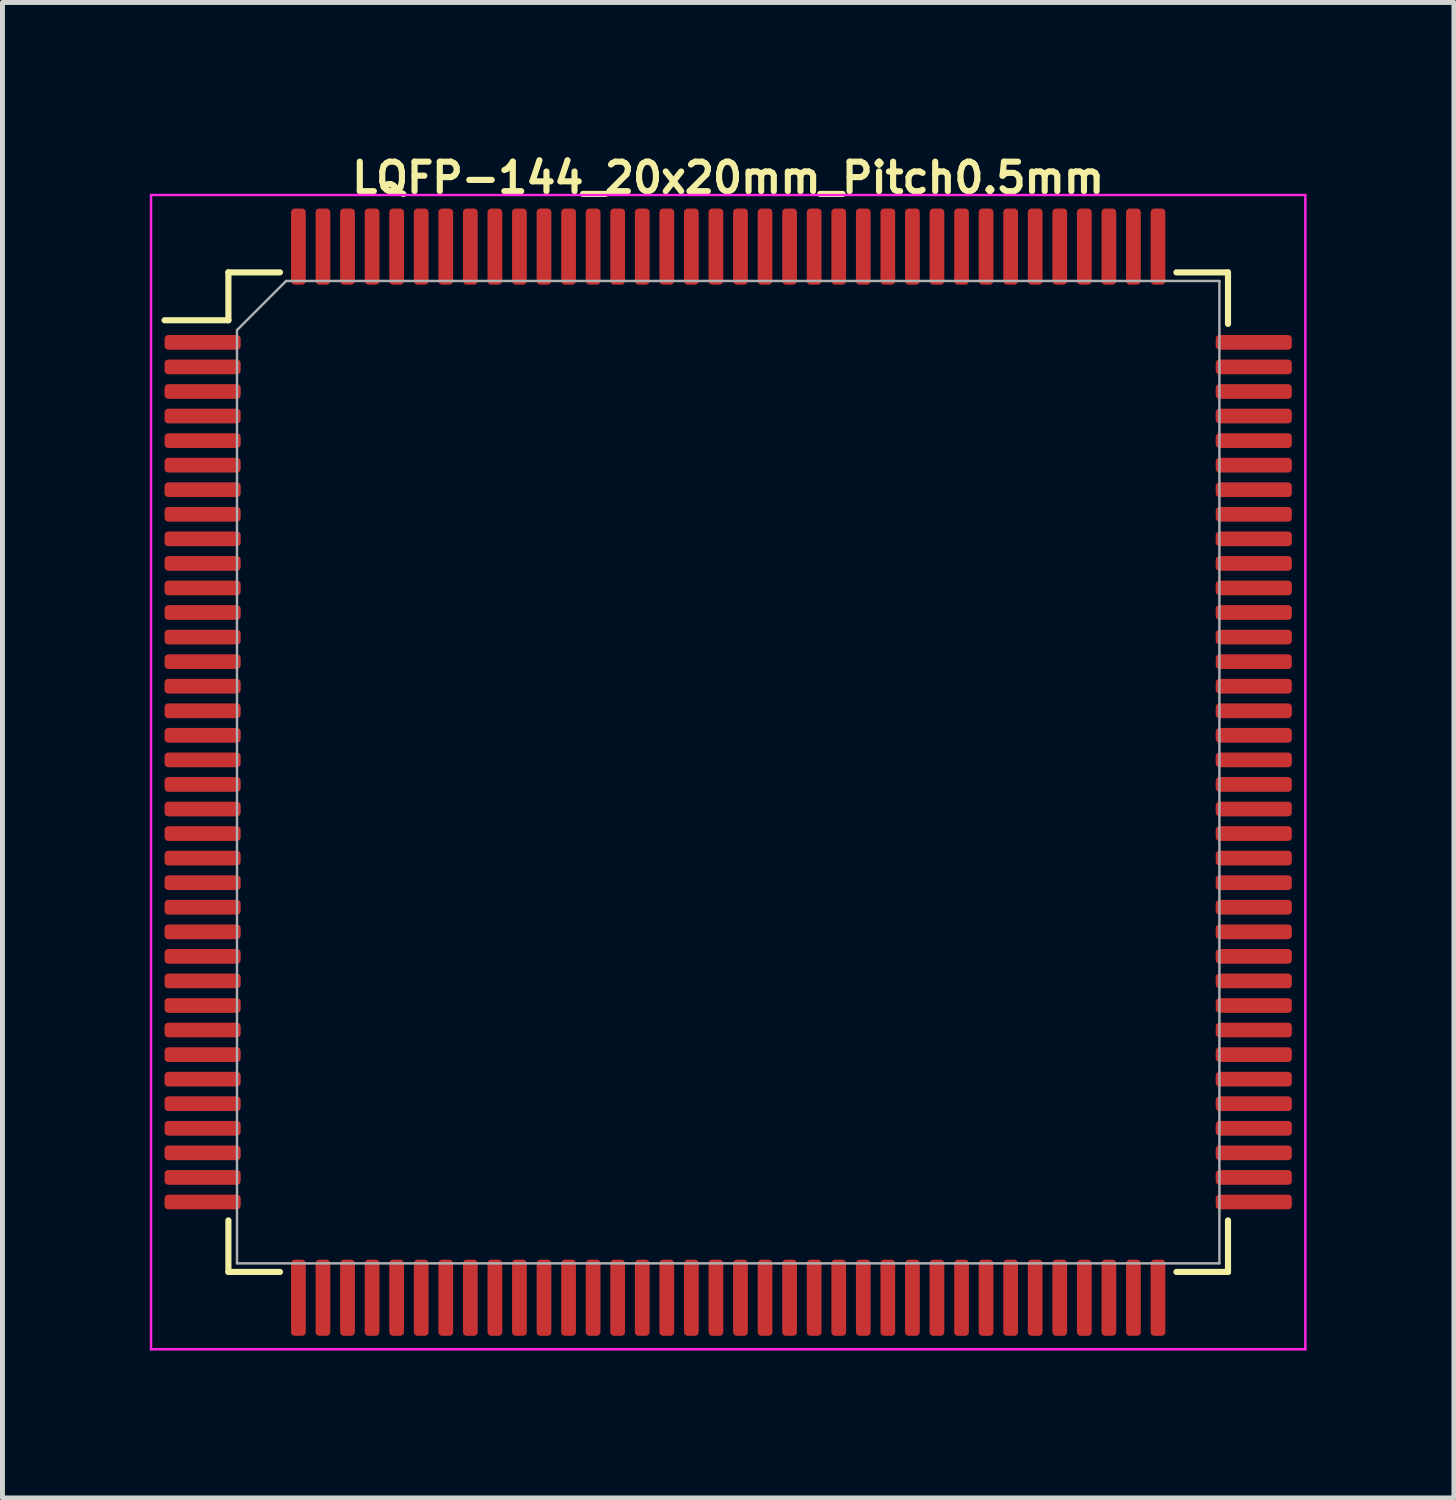
<source format=kicad_pcb>
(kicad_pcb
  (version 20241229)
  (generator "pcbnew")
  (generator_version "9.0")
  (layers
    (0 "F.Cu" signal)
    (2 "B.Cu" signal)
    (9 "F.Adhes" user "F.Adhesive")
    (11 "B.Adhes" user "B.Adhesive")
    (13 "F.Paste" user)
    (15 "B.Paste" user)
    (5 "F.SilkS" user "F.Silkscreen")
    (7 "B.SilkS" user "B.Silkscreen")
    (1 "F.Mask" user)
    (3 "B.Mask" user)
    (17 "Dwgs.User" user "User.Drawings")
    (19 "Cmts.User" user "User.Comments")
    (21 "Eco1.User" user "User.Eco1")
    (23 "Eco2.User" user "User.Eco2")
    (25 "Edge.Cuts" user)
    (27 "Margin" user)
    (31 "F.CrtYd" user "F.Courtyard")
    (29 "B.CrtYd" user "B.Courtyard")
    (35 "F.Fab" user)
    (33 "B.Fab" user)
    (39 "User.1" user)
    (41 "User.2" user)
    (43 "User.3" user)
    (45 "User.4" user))
  (footprint "LQFP-144_20x20mm_Pitch0.5mm"
    (layer "F.Cu")
    (at 11.775 12.67)
    (property "Reference" "LQFP-144_20x20mm_Pitch0.5mm" (at 0 -12.1 0) (layer "F.SilkS") (effects (font (size 0.6 0.6) (thickness 0.125))))
    (attr smd)
    (fp_line (start -10.175 -10.175) (end -10.175 -9.2) (stroke (width 0.125) (type solid)) (layer "F.SilkS"))
    (fp_line (start -10.175 -10.175) (end -9.125 -10.175) (stroke (width 0.125) (type solid)) (layer "F.SilkS"))
    (fp_line (start -10.175 -9.2) (end -11.475 -9.2) (stroke (width 0.125) (type solid)) (layer "F.SilkS"))
    (fp_line (start -10.175 10.175) (end -10.175 9.125) (stroke (width 0.125) (type solid)) (layer "F.SilkS"))
    (fp_line (start -10.175 10.175) (end -9.125 10.175) (stroke (width 0.125) (type solid)) (layer "F.SilkS"))
    (fp_line (start 10.175 -10.175) (end 9.125 -10.175) (stroke (width 0.125) (type solid)) (layer "F.SilkS"))
    (fp_line (start 10.175 -10.175) (end 10.175 -9.125) (stroke (width 0.125) (type solid)) (layer "F.SilkS"))
    (fp_line (start 10.175 10.175) (end 9.125 10.175) (stroke (width 0.125) (type solid)) (layer "F.SilkS"))
    (fp_line (start 10.175 10.175) (end 10.175 9.125) (stroke (width 0.125) (type solid)) (layer "F.SilkS"))
    (fp_line (start -11.75 -11.75) (end -11.75 11.75) (stroke (width 0.05) (type solid)) (layer "F.CrtYd"))
    (fp_line (start -11.75 -11.75) (end 11.75 -11.75) (stroke (width 0.05) (type solid)) (layer "F.CrtYd"))
    (fp_line (start -11.75 11.75) (end 11.75 11.75) (stroke (width 0.05) (type solid)) (layer "F.CrtYd"))
    (fp_line (start 11.75 -11.75) (end 11.75 11.75) (stroke (width 0.05) (type solid)) (layer "F.CrtYd"))
    (fp_line (start -10 -9) (end -9 -10) (stroke (width 0.05) (type solid)) (layer "F.Fab"))
    (fp_line (start -10 10) (end -10 -9) (stroke (width 0.05) (type solid)) (layer "F.Fab"))
    (fp_line (start -9 -10) (end 10 -10) (stroke (width 0.05) (type solid)) (layer "F.Fab"))
    (fp_line (start 10 -10) (end 10 10) (stroke (width 0.05) (type solid)) (layer "F.Fab"))
    (fp_line (start 10 10) (end -10 10) (stroke (width 0.05) (type solid)) (layer "F.Fab"))
    (pad "1" smd roundrect (at -10.7 -8.75) (size 1.55 0.3) (layers "F.Cu" "F.Mask" "F.Paste") (roundrect_rratio 0.25))
    (pad "2" smd roundrect (at -10.7 -8.25) (size 1.55 0.3) (layers "F.Cu" "F.Mask" "F.Paste") (roundrect_rratio 0.25))
    (pad "3" smd roundrect (at -10.7 -7.75) (size 1.55 0.3) (layers "F.Cu" "F.Mask" "F.Paste") (roundrect_rratio 0.25))
    (pad "4" smd roundrect (at -10.7 -7.25) (size 1.55 0.3) (layers "F.Cu" "F.Mask" "F.Paste") (roundrect_rratio 0.25))
    (pad "5" smd roundrect (at -10.7 -6.75) (size 1.55 0.3) (layers "F.Cu" "F.Mask" "F.Paste") (roundrect_rratio 0.25))
    (pad "6" smd roundrect (at -10.7 -6.25) (size 1.55 0.3) (layers "F.Cu" "F.Mask" "F.Paste") (roundrect_rratio 0.25))
    (pad "7" smd roundrect (at -10.7 -5.75) (size 1.55 0.3) (layers "F.Cu" "F.Mask" "F.Paste") (roundrect_rratio 0.25))
    (pad "8" smd roundrect (at -10.7 -5.25) (size 1.55 0.3) (layers "F.Cu" "F.Mask" "F.Paste") (roundrect_rratio 0.25))
    (pad "9" smd roundrect (at -10.7 -4.75) (size 1.55 0.3) (layers "F.Cu" "F.Mask" "F.Paste") (roundrect_rratio 0.25))
    (pad "10" smd roundrect (at -10.7 -4.25) (size 1.55 0.3) (layers "F.Cu" "F.Mask" "F.Paste") (roundrect_rratio 0.25))
    (pad "11" smd roundrect (at -10.7 -3.75) (size 1.55 0.3) (layers "F.Cu" "F.Mask" "F.Paste") (roundrect_rratio 0.25))
    (pad "12" smd roundrect (at -10.7 -3.25) (size 1.55 0.3) (layers "F.Cu" "F.Mask" "F.Paste") (roundrect_rratio 0.25))
    (pad "13" smd roundrect (at -10.7 -2.75) (size 1.55 0.3) (layers "F.Cu" "F.Mask" "F.Paste") (roundrect_rratio 0.25))
    (pad "14" smd roundrect (at -10.7 -2.25) (size 1.55 0.3) (layers "F.Cu" "F.Mask" "F.Paste") (roundrect_rratio 0.25))
    (pad "15" smd roundrect (at -10.7 -1.75) (size 1.55 0.3) (layers "F.Cu" "F.Mask" "F.Paste") (roundrect_rratio 0.25))
    (pad "16" smd roundrect (at -10.7 -1.25) (size 1.55 0.3) (layers "F.Cu" "F.Mask" "F.Paste") (roundrect_rratio 0.25))
    (pad "17" smd roundrect (at -10.7 -0.75) (size 1.55 0.3) (layers "F.Cu" "F.Mask" "F.Paste") (roundrect_rratio 0.25))
    (pad "18" smd roundrect (at -10.7 -0.25) (size 1.55 0.3) (layers "F.Cu" "F.Mask" "F.Paste") (roundrect_rratio 0.25))
    (pad "19" smd roundrect (at -10.7 0.25) (size 1.55 0.3) (layers "F.Cu" "F.Mask" "F.Paste") (roundrect_rratio 0.25))
    (pad "20" smd roundrect (at -10.7 0.75) (size 1.55 0.3) (layers "F.Cu" "F.Mask" "F.Paste") (roundrect_rratio 0.25))
    (pad "21" smd roundrect (at -10.7 1.25) (size 1.55 0.3) (layers "F.Cu" "F.Mask" "F.Paste") (roundrect_rratio 0.25))
    (pad "22" smd roundrect (at -10.7 1.75) (size 1.55 0.3) (layers "F.Cu" "F.Mask" "F.Paste") (roundrect_rratio 0.25))
    (pad "23" smd roundrect (at -10.7 2.25) (size 1.55 0.3) (layers "F.Cu" "F.Mask" "F.Paste") (roundrect_rratio 0.25))
    (pad "24" smd roundrect (at -10.7 2.75) (size 1.55 0.3) (layers "F.Cu" "F.Mask" "F.Paste") (roundrect_rratio 0.25))
    (pad "25" smd roundrect (at -10.7 3.25) (size 1.55 0.3) (layers "F.Cu" "F.Mask" "F.Paste") (roundrect_rratio 0.25))
    (pad "26" smd roundrect (at -10.7 3.75) (size 1.55 0.3) (layers "F.Cu" "F.Mask" "F.Paste") (roundrect_rratio 0.25))
    (pad "27" smd roundrect (at -10.7 4.25) (size 1.55 0.3) (layers "F.Cu" "F.Mask" "F.Paste") (roundrect_rratio 0.25))
    (pad "28" smd roundrect (at -10.7 4.75) (size 1.55 0.3) (layers "F.Cu" "F.Mask" "F.Paste") (roundrect_rratio 0.25))
    (pad "29" smd roundrect (at -10.7 5.25) (size 1.55 0.3) (layers "F.Cu" "F.Mask" "F.Paste") (roundrect_rratio 0.25))
    (pad "30" smd roundrect (at -10.7 5.75) (size 1.55 0.3) (layers "F.Cu" "F.Mask" "F.Paste") (roundrect_rratio 0.25))
    (pad "31" smd roundrect (at -10.7 6.25) (size 1.55 0.3) (layers "F.Cu" "F.Mask" "F.Paste") (roundrect_rratio 0.25))
    (pad "32" smd roundrect (at -10.7 6.75) (size 1.55 0.3) (layers "F.Cu" "F.Mask" "F.Paste") (roundrect_rratio 0.25))
    (pad "33" smd roundrect (at -10.7 7.25) (size 1.55 0.3) (layers "F.Cu" "F.Mask" "F.Paste") (roundrect_rratio 0.25))
    (pad "34" smd roundrect (at -10.7 7.75) (size 1.55 0.3) (layers "F.Cu" "F.Mask" "F.Paste") (roundrect_rratio 0.25))
    (pad "35" smd roundrect (at -10.7 8.25) (size 1.55 0.3) (layers "F.Cu" "F.Mask" "F.Paste") (roundrect_rratio 0.25))
    (pad "36" smd roundrect (at -10.7 8.75) (size 1.55 0.3) (layers "F.Cu" "F.Mask" "F.Paste") (roundrect_rratio 0.25))
    (pad "37" smd roundrect (at -8.75 10.7 90) (size 1.55 0.3) (layers "F.Cu" "F.Mask" "F.Paste") (roundrect_rratio 0.25))
    (pad "38" smd roundrect (at -8.25 10.7 90) (size 1.55 0.3) (layers "F.Cu" "F.Mask" "F.Paste") (roundrect_rratio 0.25))
    (pad "39" smd roundrect (at -7.75 10.7 90) (size 1.55 0.3) (layers "F.Cu" "F.Mask" "F.Paste") (roundrect_rratio 0.25))
    (pad "40" smd roundrect (at -7.25 10.7 90) (size 1.55 0.3) (layers "F.Cu" "F.Mask" "F.Paste") (roundrect_rratio 0.25))
    (pad "41" smd roundrect (at -6.75 10.7 90) (size 1.55 0.3) (layers "F.Cu" "F.Mask" "F.Paste") (roundrect_rratio 0.25))
    (pad "42" smd roundrect (at -6.25 10.7 90) (size 1.55 0.3) (layers "F.Cu" "F.Mask" "F.Paste") (roundrect_rratio 0.25))
    (pad "43" smd roundrect (at -5.75 10.7 90) (size 1.55 0.3) (layers "F.Cu" "F.Mask" "F.Paste") (roundrect_rratio 0.25))
    (pad "44" smd roundrect (at -5.25 10.7 90) (size 1.55 0.3) (layers "F.Cu" "F.Mask" "F.Paste") (roundrect_rratio 0.25))
    (pad "45" smd roundrect (at -4.75 10.7 90) (size 1.55 0.3) (layers "F.Cu" "F.Mask" "F.Paste") (roundrect_rratio 0.25))
    (pad "46" smd roundrect (at -4.25 10.7 90) (size 1.55 0.3) (layers "F.Cu" "F.Mask" "F.Paste") (roundrect_rratio 0.25))
    (pad "47" smd roundrect (at -3.75 10.7 90) (size 1.55 0.3) (layers "F.Cu" "F.Mask" "F.Paste") (roundrect_rratio 0.25))
    (pad "48" smd roundrect (at -3.25 10.7 90) (size 1.55 0.3) (layers "F.Cu" "F.Mask" "F.Paste") (roundrect_rratio 0.25))
    (pad "49" smd roundrect (at -2.75 10.7 90) (size 1.55 0.3) (layers "F.Cu" "F.Mask" "F.Paste") (roundrect_rratio 0.25))
    (pad "50" smd roundrect (at -2.25 10.7 90) (size 1.55 0.3) (layers "F.Cu" "F.Mask" "F.Paste") (roundrect_rratio 0.25))
    (pad "51" smd roundrect (at -1.75 10.7 90) (size 1.55 0.3) (layers "F.Cu" "F.Mask" "F.Paste") (roundrect_rratio 0.25))
    (pad "52" smd roundrect (at -1.25 10.7 90) (size 1.55 0.3) (layers "F.Cu" "F.Mask" "F.Paste") (roundrect_rratio 0.25))
    (pad "53" smd roundrect (at -0.75 10.7 90) (size 1.55 0.3) (layers "F.Cu" "F.Mask" "F.Paste") (roundrect_rratio 0.25))
    (pad "54" smd roundrect (at -0.25 10.7 90) (size 1.55 0.3) (layers "F.Cu" "F.Mask" "F.Paste") (roundrect_rratio 0.25))
    (pad "55" smd roundrect (at 0.25 10.7 90) (size 1.55 0.3) (layers "F.Cu" "F.Mask" "F.Paste") (roundrect_rratio 0.25))
    (pad "56" smd roundrect (at 0.75 10.7 90) (size 1.55 0.3) (layers "F.Cu" "F.Mask" "F.Paste") (roundrect_rratio 0.25))
    (pad "57" smd roundrect (at 1.25 10.7 90) (size 1.55 0.3) (layers "F.Cu" "F.Mask" "F.Paste") (roundrect_rratio 0.25))
    (pad "58" smd roundrect (at 1.75 10.7 90) (size 1.55 0.3) (layers "F.Cu" "F.Mask" "F.Paste") (roundrect_rratio 0.25))
    (pad "59" smd roundrect (at 2.25 10.7 90) (size 1.55 0.3) (layers "F.Cu" "F.Mask" "F.Paste") (roundrect_rratio 0.25))
    (pad "60" smd roundrect (at 2.75 10.7 90) (size 1.55 0.3) (layers "F.Cu" "F.Mask" "F.Paste") (roundrect_rratio 0.25))
    (pad "61" smd roundrect (at 3.25 10.7 90) (size 1.55 0.3) (layers "F.Cu" "F.Mask" "F.Paste") (roundrect_rratio 0.25))
    (pad "62" smd roundrect (at 3.75 10.7 90) (size 1.55 0.3) (layers "F.Cu" "F.Mask" "F.Paste") (roundrect_rratio 0.25))
    (pad "63" smd roundrect (at 4.25 10.7 90) (size 1.55 0.3) (layers "F.Cu" "F.Mask" "F.Paste") (roundrect_rratio 0.25))
    (pad "64" smd roundrect (at 4.75 10.7 90) (size 1.55 0.3) (layers "F.Cu" "F.Mask" "F.Paste") (roundrect_rratio 0.25))
    (pad "65" smd roundrect (at 5.25 10.7 90) (size 1.55 0.3) (layers "F.Cu" "F.Mask" "F.Paste") (roundrect_rratio 0.25))
    (pad "66" smd roundrect (at 5.75 10.7 90) (size 1.55 0.3) (layers "F.Cu" "F.Mask" "F.Paste") (roundrect_rratio 0.25))
    (pad "67" smd roundrect (at 6.25 10.7 90) (size 1.55 0.3) (layers "F.Cu" "F.Mask" "F.Paste") (roundrect_rratio 0.25))
    (pad "68" smd roundrect (at 6.75 10.7 90) (size 1.55 0.3) (layers "F.Cu" "F.Mask" "F.Paste") (roundrect_rratio 0.25))
    (pad "69" smd roundrect (at 7.25 10.7 90) (size 1.55 0.3) (layers "F.Cu" "F.Mask" "F.Paste") (roundrect_rratio 0.25))
    (pad "70" smd roundrect (at 7.75 10.7 90) (size 1.55 0.3) (layers "F.Cu" "F.Mask" "F.Paste") (roundrect_rratio 0.25))
    (pad "71" smd roundrect (at 8.25 10.7 90) (size 1.55 0.3) (layers "F.Cu" "F.Mask" "F.Paste") (roundrect_rratio 0.25))
    (pad "72" smd roundrect (at 8.75 10.7 90) (size 1.55 0.3) (layers "F.Cu" "F.Mask" "F.Paste") (roundrect_rratio 0.25))
    (pad "73" smd roundrect (at 10.7 8.75) (size 1.55 0.3) (layers "F.Cu" "F.Mask" "F.Paste") (roundrect_rratio 0.25))
    (pad "74" smd roundrect (at 10.7 8.25) (size 1.55 0.3) (layers "F.Cu" "F.Mask" "F.Paste") (roundrect_rratio 0.25))
    (pad "75" smd roundrect (at 10.7 7.75) (size 1.55 0.3) (layers "F.Cu" "F.Mask" "F.Paste") (roundrect_rratio 0.25))
    (pad "76" smd roundrect (at 10.7 7.25) (size 1.55 0.3) (layers "F.Cu" "F.Mask" "F.Paste") (roundrect_rratio 0.25))
    (pad "77" smd roundrect (at 10.7 6.75) (size 1.55 0.3) (layers "F.Cu" "F.Mask" "F.Paste") (roundrect_rratio 0.25))
    (pad "78" smd roundrect (at 10.7 6.25) (size 1.55 0.3) (layers "F.Cu" "F.Mask" "F.Paste") (roundrect_rratio 0.25))
    (pad "79" smd roundrect (at 10.7 5.75) (size 1.55 0.3) (layers "F.Cu" "F.Mask" "F.Paste") (roundrect_rratio 0.25))
    (pad "80" smd roundrect (at 10.7 5.25) (size 1.55 0.3) (layers "F.Cu" "F.Mask" "F.Paste") (roundrect_rratio 0.25))
    (pad "81" smd roundrect (at 10.7 4.75) (size 1.55 0.3) (layers "F.Cu" "F.Mask" "F.Paste") (roundrect_rratio 0.25))
    (pad "82" smd roundrect (at 10.7 4.25) (size 1.55 0.3) (layers "F.Cu" "F.Mask" "F.Paste") (roundrect_rratio 0.25))
    (pad "83" smd roundrect (at 10.7 3.75) (size 1.55 0.3) (layers "F.Cu" "F.Mask" "F.Paste") (roundrect_rratio 0.25))
    (pad "84" smd roundrect (at 10.7 3.25) (size 1.55 0.3) (layers "F.Cu" "F.Mask" "F.Paste") (roundrect_rratio 0.25))
    (pad "85" smd roundrect (at 10.7 2.75) (size 1.55 0.3) (layers "F.Cu" "F.Mask" "F.Paste") (roundrect_rratio 0.25))
    (pad "86" smd roundrect (at 10.7 2.25) (size 1.55 0.3) (layers "F.Cu" "F.Mask" "F.Paste") (roundrect_rratio 0.25))
    (pad "87" smd roundrect (at 10.7 1.75) (size 1.55 0.3) (layers "F.Cu" "F.Mask" "F.Paste") (roundrect_rratio 0.25))
    (pad "88" smd roundrect (at 10.7 1.25) (size 1.55 0.3) (layers "F.Cu" "F.Mask" "F.Paste") (roundrect_rratio 0.25))
    (pad "89" smd roundrect (at 10.7 0.75) (size 1.55 0.3) (layers "F.Cu" "F.Mask" "F.Paste") (roundrect_rratio 0.25))
    (pad "90" smd roundrect (at 10.7 0.25) (size 1.55 0.3) (layers "F.Cu" "F.Mask" "F.Paste") (roundrect_rratio 0.25))
    (pad "91" smd roundrect (at 10.7 -0.25) (size 1.55 0.3) (layers "F.Cu" "F.Mask" "F.Paste") (roundrect_rratio 0.25))
    (pad "92" smd roundrect (at 10.7 -0.75) (size 1.55 0.3) (layers "F.Cu" "F.Mask" "F.Paste") (roundrect_rratio 0.25))
    (pad "93" smd roundrect (at 10.7 -1.25) (size 1.55 0.3) (layers "F.Cu" "F.Mask" "F.Paste") (roundrect_rratio 0.25))
    (pad "94" smd roundrect (at 10.7 -1.75) (size 1.55 0.3) (layers "F.Cu" "F.Mask" "F.Paste") (roundrect_rratio 0.25))
    (pad "95" smd roundrect (at 10.7 -2.25) (size 1.55 0.3) (layers "F.Cu" "F.Mask" "F.Paste") (roundrect_rratio 0.25))
    (pad "96" smd roundrect (at 10.7 -2.75) (size 1.55 0.3) (layers "F.Cu" "F.Mask" "F.Paste") (roundrect_rratio 0.25))
    (pad "97" smd roundrect (at 10.7 -3.25) (size 1.55 0.3) (layers "F.Cu" "F.Mask" "F.Paste") (roundrect_rratio 0.25))
    (pad "98" smd roundrect (at 10.7 -3.75) (size 1.55 0.3) (layers "F.Cu" "F.Mask" "F.Paste") (roundrect_rratio 0.25))
    (pad "99" smd roundrect (at 10.7 -4.25) (size 1.55 0.3) (layers "F.Cu" "F.Mask" "F.Paste") (roundrect_rratio 0.25))
    (pad "100" smd roundrect (at 10.7 -4.75) (size 1.55 0.3) (layers "F.Cu" "F.Mask" "F.Paste") (roundrect_rratio 0.25))
    (pad "101" smd roundrect (at 10.7 -5.25) (size 1.55 0.3) (layers "F.Cu" "F.Mask" "F.Paste") (roundrect_rratio 0.25))
    (pad "102" smd roundrect (at 10.7 -5.75) (size 1.55 0.3) (layers "F.Cu" "F.Mask" "F.Paste") (roundrect_rratio 0.25))
    (pad "103" smd roundrect (at 10.7 -6.25) (size 1.55 0.3) (layers "F.Cu" "F.Mask" "F.Paste") (roundrect_rratio 0.25))
    (pad "104" smd roundrect (at 10.7 -6.75) (size 1.55 0.3) (layers "F.Cu" "F.Mask" "F.Paste") (roundrect_rratio 0.25))
    (pad "105" smd roundrect (at 10.7 -7.25) (size 1.55 0.3) (layers "F.Cu" "F.Mask" "F.Paste") (roundrect_rratio 0.25))
    (pad "106" smd roundrect (at 10.7 -7.75) (size 1.55 0.3) (layers "F.Cu" "F.Mask" "F.Paste") (roundrect_rratio 0.25))
    (pad "107" smd roundrect (at 10.7 -8.25) (size 1.55 0.3) (layers "F.Cu" "F.Mask" "F.Paste") (roundrect_rratio 0.25))
    (pad "108" smd roundrect (at 10.7 -8.75) (size 1.55 0.3) (layers "F.Cu" "F.Mask" "F.Paste") (roundrect_rratio 0.25))
    (pad "109" smd roundrect (at 8.75 -10.7 90) (size 1.55 0.3) (layers "F.Cu" "F.Mask" "F.Paste") (roundrect_rratio 0.25))
    (pad "110" smd roundrect (at 8.25 -10.7 90) (size 1.55 0.3) (layers "F.Cu" "F.Mask" "F.Paste") (roundrect_rratio 0.25))
    (pad "111" smd roundrect (at 7.75 -10.7 90) (size 1.55 0.3) (layers "F.Cu" "F.Mask" "F.Paste") (roundrect_rratio 0.25))
    (pad "112" smd roundrect (at 7.25 -10.7 90) (size 1.55 0.3) (layers "F.Cu" "F.Mask" "F.Paste") (roundrect_rratio 0.25))
    (pad "113" smd roundrect (at 6.75 -10.7 90) (size 1.55 0.3) (layers "F.Cu" "F.Mask" "F.Paste") (roundrect_rratio 0.25))
    (pad "114" smd roundrect (at 6.25 -10.7 90) (size 1.55 0.3) (layers "F.Cu" "F.Mask" "F.Paste") (roundrect_rratio 0.25))
    (pad "115" smd roundrect (at 5.75 -10.7 90) (size 1.55 0.3) (layers "F.Cu" "F.Mask" "F.Paste") (roundrect_rratio 0.25))
    (pad "116" smd roundrect (at 5.25 -10.7 90) (size 1.55 0.3) (layers "F.Cu" "F.Mask" "F.Paste") (roundrect_rratio 0.25))
    (pad "117" smd roundrect (at 4.75 -10.7 90) (size 1.55 0.3) (layers "F.Cu" "F.Mask" "F.Paste") (roundrect_rratio 0.25))
    (pad "118" smd roundrect (at 4.25 -10.7 90) (size 1.55 0.3) (layers "F.Cu" "F.Mask" "F.Paste") (roundrect_rratio 0.25))
    (pad "119" smd roundrect (at 3.75 -10.7 90) (size 1.55 0.3) (layers "F.Cu" "F.Mask" "F.Paste") (roundrect_rratio 0.25))
    (pad "120" smd roundrect (at 3.25 -10.7 90) (size 1.55 0.3) (layers "F.Cu" "F.Mask" "F.Paste") (roundrect_rratio 0.25))
    (pad "121" smd roundrect (at 2.75 -10.7 90) (size 1.55 0.3) (layers "F.Cu" "F.Mask" "F.Paste") (roundrect_rratio 0.25))
    (pad "122" smd roundrect (at 2.25 -10.7 90) (size 1.55 0.3) (layers "F.Cu" "F.Mask" "F.Paste") (roundrect_rratio 0.25))
    (pad "123" smd roundrect (at 1.75 -10.7 90) (size 1.55 0.3) (layers "F.Cu" "F.Mask" "F.Paste") (roundrect_rratio 0.25))
    (pad "124" smd roundrect (at 1.25 -10.7 90) (size 1.55 0.3) (layers "F.Cu" "F.Mask" "F.Paste") (roundrect_rratio 0.25))
    (pad "125" smd roundrect (at 0.75 -10.7 90) (size 1.55 0.3) (layers "F.Cu" "F.Mask" "F.Paste") (roundrect_rratio 0.25))
    (pad "126" smd roundrect (at 0.25 -10.7 90) (size 1.55 0.3) (layers "F.Cu" "F.Mask" "F.Paste") (roundrect_rratio 0.25))
    (pad "127" smd roundrect (at -0.25 -10.7 90) (size 1.55 0.3) (layers "F.Cu" "F.Mask" "F.Paste") (roundrect_rratio 0.25))
    (pad "128" smd roundrect (at -0.75 -10.7 90) (size 1.55 0.3) (layers "F.Cu" "F.Mask" "F.Paste") (roundrect_rratio 0.25))
    (pad "129" smd roundrect (at -1.25 -10.7 90) (size 1.55 0.3) (layers "F.Cu" "F.Mask" "F.Paste") (roundrect_rratio 0.25))
    (pad "130" smd roundrect (at -1.75 -10.7 90) (size 1.55 0.3) (layers "F.Cu" "F.Mask" "F.Paste") (roundrect_rratio 0.25))
    (pad "131" smd roundrect (at -2.25 -10.7 90) (size 1.55 0.3) (layers "F.Cu" "F.Mask" "F.Paste") (roundrect_rratio 0.25))
    (pad "132" smd roundrect (at -2.75 -10.7 90) (size 1.55 0.3) (layers "F.Cu" "F.Mask" "F.Paste") (roundrect_rratio 0.25))
    (pad "133" smd roundrect (at -3.25 -10.7 90) (size 1.55 0.3) (layers "F.Cu" "F.Mask" "F.Paste") (roundrect_rratio 0.25))
    (pad "134" smd roundrect (at -3.75 -10.7 90) (size 1.55 0.3) (layers "F.Cu" "F.Mask" "F.Paste") (roundrect_rratio 0.25))
    (pad "135" smd roundrect (at -4.25 -10.7 90) (size 1.55 0.3) (layers "F.Cu" "F.Mask" "F.Paste") (roundrect_rratio 0.25))
    (pad "136" smd roundrect (at -4.75 -10.7 90) (size 1.55 0.3) (layers "F.Cu" "F.Mask" "F.Paste") (roundrect_rratio 0.25))
    (pad "137" smd roundrect (at -5.25 -10.7 90) (size 1.55 0.3) (layers "F.Cu" "F.Mask" "F.Paste") (roundrect_rratio 0.25))
    (pad "138" smd roundrect (at -5.75 -10.7 90) (size 1.55 0.3) (layers "F.Cu" "F.Mask" "F.Paste") (roundrect_rratio 0.25))
    (pad "139" smd roundrect (at -6.25 -10.7 90) (size 1.55 0.3) (layers "F.Cu" "F.Mask" "F.Paste") (roundrect_rratio 0.25))
    (pad "140" smd roundrect (at -6.75 -10.7 90) (size 1.55 0.3) (layers "F.Cu" "F.Mask" "F.Paste") (roundrect_rratio 0.25))
    (pad "141" smd roundrect (at -7.25 -10.7 90) (size 1.55 0.3) (layers "F.Cu" "F.Mask" "F.Paste") (roundrect_rratio 0.25))
    (pad "142" smd roundrect (at -7.75 -10.7 90) (size 1.55 0.3) (layers "F.Cu" "F.Mask" "F.Paste") (roundrect_rratio 0.25))
    (pad "143" smd roundrect (at -8.25 -10.7 90) (size 1.55 0.3) (layers "F.Cu" "F.Mask" "F.Paste") (roundrect_rratio 0.25))
    (pad "144" smd roundrect (at -8.75 -10.7 90) (size 1.55 0.3) (layers "F.Cu" "F.Mask" "F.Paste") (roundrect_rratio 0.25)))
  (gr_rect
    (start -3 -3)
    (end 26.55 27.445)
    (stroke (width 0.1) (type default))
    (fill no)
    (layer "Edge.Cuts")))
</source>
